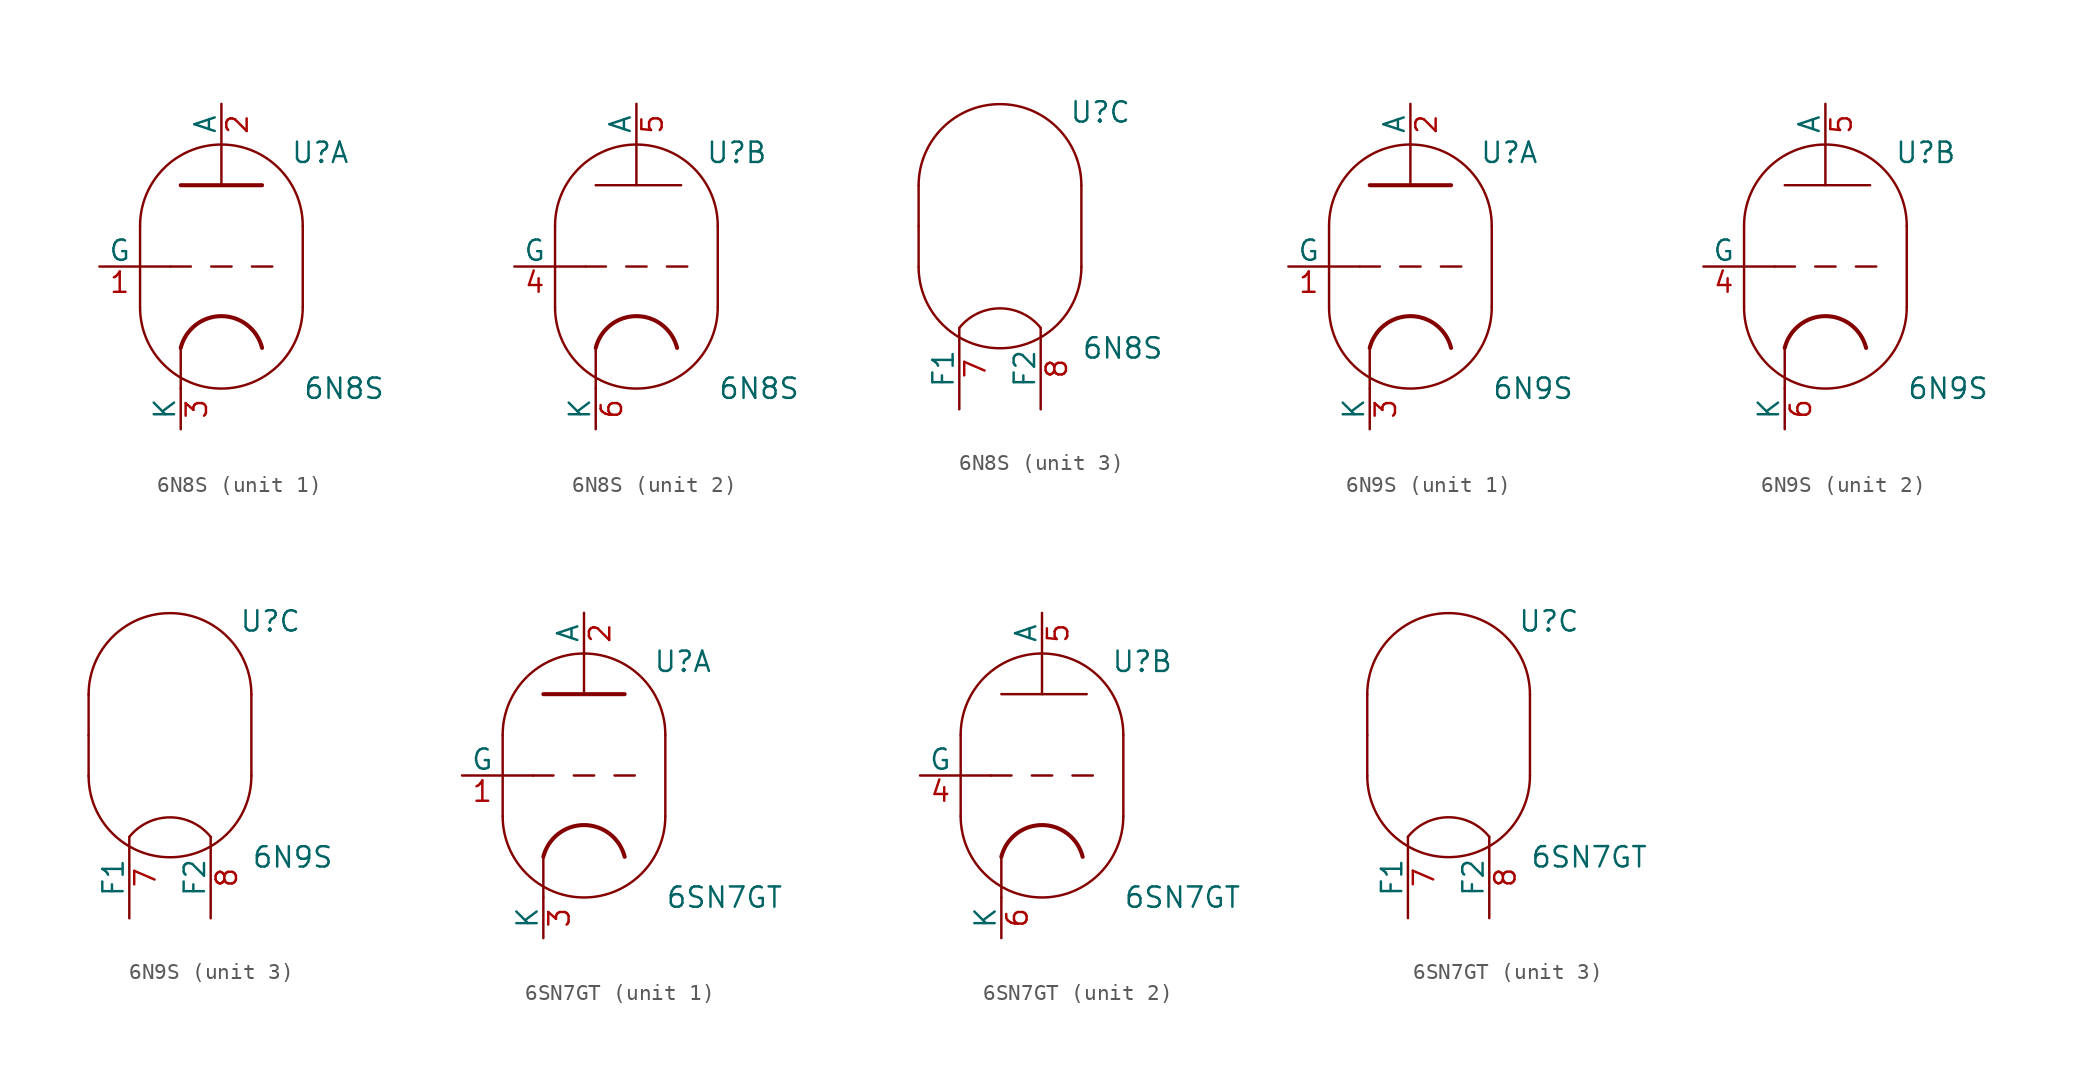
<source format=kicad_sym>
(kicad_symbol_lib
  (version 20241209)
  (generator "kicad_symbol_editor")
  (generator_version "9.0")
  (symbol "6N8S"
    (pin_names
      (offset 0))
    (property "Reference" "U"
      (at 4.318 7.112 0)
      (effects (font (size 1.27 1.27)) (justify left)))
    (property "Value" "6N8S"
      (at 5.08 -7.62 0)
      (effects (font (size 1.27 1.27)) (justify left)))
    (property "ki_locked" ""
      (at 0 0 0)
      (effects (font (size 1.27 1.27))))
    (symbol "6N8S_0_1"
      (polyline (pts (xy -5.08 2.54) (xy -5.08 0)) (stroke (width 0) (type default)) (fill (type none)))
      (polyline (pts (xy -5.08 0) (xy -5.08 -2.54)) (stroke (width 0) (type default)) (fill (type none)))
      (arc (start -5.08 2.54) (mid 0 7.5979) (end 5.08 2.54) (stroke (width 0) (type default)) (fill (type none)))
      (arc (start 5.08 -2.54) (mid 0 -7.5979) (end -5.08 -2.54) (stroke (width 0) (type default)) (fill (type none)))
      (polyline (pts (xy 5.08 2.54) (xy 5.08 -2.54)) (stroke (width 0) (type default)) (fill (type none))))
    (symbol "6N8S_1_0"
      (polyline (pts (xy -2.54 -5.08) (xy -2.54 -7.62)) (stroke (width 0) (type default)) (fill (type none)))
      (polyline (pts (xy 0 5.08) (xy 0 7.62)) (stroke (width 0) (type default)) (fill (type none))))
    (symbol "6N8S_1_1"
      (polyline (pts (xy -5.08 0) (xy -3.175 0)) (stroke (width 0) (type default)) (fill (type none)))
      (polyline (pts (xy -2.54 5.08) (xy 2.54 5.08) (xy 2.54 5.08)) (stroke (width 0.254) (type default)) (fill (type none)))
      (polyline (pts (xy -1.905 0) (xy -3.175 0)) (stroke (width 0.152) (type default)) (fill (type none)))
      (polyline (pts (xy -0.635 0) (xy 0.635 0)) (stroke (width 0.152) (type default)) (fill (type none)))
      (arc (start -2.54 -5.08) (mid 0 -3.0968) (end 2.54 -5.08) (stroke (width 0.254) (type default)) (fill (type none)))
      (polyline (pts (xy 1.905 0) (xy 3.175 0)) (stroke (width 0.152) (type default)) (fill (type none)))
      (pin input line (at -7.62 0 0) (length 2.54) (name "G" (effects (font (size 1.27 1.27)))) (number "1" (effects (font (size 1.27 1.27)))))
      (pin bidirectional line (at -2.54 -10.16 90) (length 2.54) (name "K" (effects (font (size 1.27 1.27)))) (number "3" (effects (font (size 1.27 1.27)))))
      (pin output line (at 0 10.16 270) (length 2.54) (name "A" (effects (font (size 1.27 1.27)))) (number "2" (effects (font (size 1.27 1.27))))))
    (symbol "6N8S_2_0"
      (polyline (pts (xy -5.08 0) (xy -3.175 0)) (stroke (width 0) (type default)) (fill (type none)))
      (polyline (pts (xy -2.54 -5.08) (xy -2.54 -7.62)) (stroke (width 0) (type default)) (fill (type none)))
      (polyline (pts (xy -1.905 0) (xy -3.175 0)) (stroke (width 0.152) (type default)) (fill (type none)))
      (polyline (pts (xy -0.635 0) (xy 0.635 0)) (stroke (width 0.152) (type default)) (fill (type none)))
      (polyline (pts (xy 0 5.08) (xy 0 7.62)) (stroke (width 0) (type default)) (fill (type none)))
      (polyline (pts (xy 1.905 0) (xy 3.175 0)) (stroke (width 0.152) (type default)) (fill (type none)))
      (polyline (pts (xy 2.794 5.08) (xy -2.54 5.08) (xy -2.54 5.08)) (stroke (width 0.152) (type default)) (fill (type none))))
    (symbol "6N8S_2_1"
      (arc (start -2.54 -5.08) (mid 0 -3.0968) (end 2.54 -5.08) (stroke (width 0.254) (type default)) (fill (type none)))
      (pin input line (at -7.62 0 0) (length 2.54) (name "G" (effects (font (size 1.27 1.27)))) (number "4" (effects (font (size 1.27 1.27)))))
      (pin bidirectional line (at -2.54 -10.16 90) (length 2.54) (name "K" (effects (font (size 1.27 1.27)))) (number "6" (effects (font (size 1.27 1.27)))))
      (pin output line (at 0 10.16 270) (length 2.54) (name "A" (effects (font (size 1.27 1.27)))) (number "5" (effects (font (size 1.27 1.27))))))
    (symbol "6N8S_3_1"
      (arc (start -2.54 -6.35) (mid 0 -5.1292) (end 2.54 -6.35) (stroke (width 0) (type default)) (fill (type none)))
      (pin power_in line (at -2.54 -11.43 90) (length 5.08) (name "F1" (effects (font (size 1.27 1.27)))) (number "7" (effects (font (size 1.27 1.27)))))
      (pin power_in line (at 2.54 -11.43 90) (length 5.08) (name "F2" (effects (font (size 1.27 1.27)))) (number "8" (effects (font (size 1.27 1.27)))))))
  (symbol "6N9S"
    (pin_names
      (offset 0))
    (property "Reference" "U"
      (at 4.318 7.112 0)
      (effects (font (size 1.27 1.27)) (justify left)))
    (property "Value" "6N9S"
      (at 5.08 -7.62 0)
      (effects (font (size 1.27 1.27)) (justify left)))
    (property "ki_locked" ""
      (at 0 0 0)
      (effects (font (size 1.27 1.27))))
    (symbol "6N9S_0_1"
      (polyline (pts (xy -5.08 2.54) (xy -5.08 0)) (stroke (width 0) (type default)) (fill (type none)))
      (polyline (pts (xy -5.08 0) (xy -5.08 -2.54)) (stroke (width 0) (type default)) (fill (type none)))
      (arc (start -5.08 2.54) (mid 0 7.5979) (end 5.08 2.54) (stroke (width 0) (type default)) (fill (type none)))
      (arc (start 5.08 -2.54) (mid 0 -7.5979) (end -5.08 -2.54) (stroke (width 0) (type default)) (fill (type none)))
      (polyline (pts (xy 5.08 2.54) (xy 5.08 -2.54)) (stroke (width 0) (type default)) (fill (type none))))
    (symbol "6N9S_1_0"
      (polyline (pts (xy -2.54 -5.08) (xy -2.54 -7.62)) (stroke (width 0) (type default)) (fill (type none)))
      (polyline (pts (xy 0 5.08) (xy 0 7.62)) (stroke (width 0) (type default)) (fill (type none))))
    (symbol "6N9S_1_1"
      (polyline (pts (xy -5.08 0) (xy -3.175 0)) (stroke (width 0) (type default)) (fill (type none)))
      (polyline (pts (xy -2.54 5.08) (xy 2.54 5.08) (xy 2.54 5.08)) (stroke (width 0.254) (type default)) (fill (type none)))
      (polyline (pts (xy -1.905 0) (xy -3.175 0)) (stroke (width 0.152) (type default)) (fill (type none)))
      (polyline (pts (xy -0.635 0) (xy 0.635 0)) (stroke (width 0.152) (type default)) (fill (type none)))
      (arc (start -2.54 -5.08) (mid 0 -3.0968) (end 2.54 -5.08) (stroke (width 0.254) (type default)) (fill (type none)))
      (polyline (pts (xy 1.905 0) (xy 3.175 0)) (stroke (width 0.152) (type default)) (fill (type none)))
      (pin input line (at -7.62 0 0) (length 2.54) (name "G" (effects (font (size 1.27 1.27)))) (number "1" (effects (font (size 1.27 1.27)))))
      (pin bidirectional line (at -2.54 -10.16 90) (length 2.54) (name "K" (effects (font (size 1.27 1.27)))) (number "3" (effects (font (size 1.27 1.27)))))
      (pin output line (at 0 10.16 270) (length 2.54) (name "A" (effects (font (size 1.27 1.27)))) (number "2" (effects (font (size 1.27 1.27))))))
    (symbol "6N9S_2_0"
      (polyline (pts (xy -5.08 0) (xy -3.175 0)) (stroke (width 0) (type default)) (fill (type none)))
      (polyline (pts (xy -2.54 -5.08) (xy -2.54 -7.62)) (stroke (width 0) (type default)) (fill (type none)))
      (polyline (pts (xy -1.905 0) (xy -3.175 0)) (stroke (width 0.152) (type default)) (fill (type none)))
      (polyline (pts (xy -0.635 0) (xy 0.635 0)) (stroke (width 0.152) (type default)) (fill (type none)))
      (polyline (pts (xy 0 5.08) (xy 0 7.62)) (stroke (width 0) (type default)) (fill (type none)))
      (polyline (pts (xy 1.905 0) (xy 3.175 0)) (stroke (width 0.152) (type default)) (fill (type none)))
      (polyline (pts (xy 2.794 5.08) (xy -2.54 5.08) (xy -2.54 5.08)) (stroke (width 0.152) (type default)) (fill (type none))))
    (symbol "6N9S_2_1"
      (arc (start -2.54 -5.08) (mid 0 -3.0968) (end 2.54 -5.08) (stroke (width 0.254) (type default)) (fill (type none)))
      (pin input line (at -7.62 0 0) (length 2.54) (name "G" (effects (font (size 1.27 1.27)))) (number "4" (effects (font (size 1.27 1.27)))))
      (pin bidirectional line (at -2.54 -10.16 90) (length 2.54) (name "K" (effects (font (size 1.27 1.27)))) (number "6" (effects (font (size 1.27 1.27)))))
      (pin output line (at 0 10.16 270) (length 2.54) (name "A" (effects (font (size 1.27 1.27)))) (number "5" (effects (font (size 1.27 1.27))))))
    (symbol "6N9S_3_1"
      (arc (start -2.54 -6.35) (mid 0 -5.1292) (end 2.54 -6.35) (stroke (width 0) (type default)) (fill (type none)))
      (pin power_in line (at -2.54 -11.43 90) (length 5.08) (name "F1" (effects (font (size 1.27 1.27)))) (number "7" (effects (font (size 1.27 1.27)))))
      (pin power_in line (at 2.54 -11.43 90) (length 5.08) (name "F2" (effects (font (size 1.27 1.27)))) (number "8" (effects (font (size 1.27 1.27)))))))
  (symbol "6SN7GT"
    (pin_names
      (offset 0))
    (property "Reference" "U"
      (at 4.318 7.112 0)
      (effects (font (size 1.27 1.27)) (justify left)))
    (property "Value" "6SN7GT"
      (at 5.08 -7.62 0)
      (effects (font (size 1.27 1.27)) (justify left)))
    (property "ki_locked" ""
      (at 0 0 0)
      (effects (font (size 1.27 1.27))))
    (symbol "6SN7GT_0_1"
      (polyline (pts (xy -5.08 2.54) (xy -5.08 0)) (stroke (width 0) (type default)) (fill (type none)))
      (polyline (pts (xy -5.08 0) (xy -5.08 -2.54)) (stroke (width 0) (type default)) (fill (type none)))
      (arc (start -5.08 2.54) (mid 0 7.5979) (end 5.08 2.54) (stroke (width 0) (type default)) (fill (type none)))
      (arc (start 5.08 -2.54) (mid 0 -7.5979) (end -5.08 -2.54) (stroke (width 0) (type default)) (fill (type none)))
      (polyline (pts (xy 5.08 2.54) (xy 5.08 -2.54)) (stroke (width 0) (type default)) (fill (type none))))
    (symbol "6SN7GT_1_0"
      (polyline (pts (xy -2.54 -5.08) (xy -2.54 -7.62)) (stroke (width 0) (type default)) (fill (type none)))
      (polyline (pts (xy 0 5.08) (xy 0 7.62)) (stroke (width 0) (type default)) (fill (type none))))
    (symbol "6SN7GT_1_1"
      (polyline (pts (xy -5.08 0) (xy -3.175 0)) (stroke (width 0) (type default)) (fill (type none)))
      (polyline (pts (xy -2.54 5.08) (xy 2.54 5.08) (xy 2.54 5.08)) (stroke (width 0.254) (type default)) (fill (type none)))
      (polyline (pts (xy -1.905 0) (xy -3.175 0)) (stroke (width 0.152) (type default)) (fill (type none)))
      (polyline (pts (xy -0.635 0) (xy 0.635 0)) (stroke (width 0.152) (type default)) (fill (type none)))
      (arc (start -2.54 -5.08) (mid 0 -3.0968) (end 2.54 -5.08) (stroke (width 0.254) (type default)) (fill (type none)))
      (polyline (pts (xy 1.905 0) (xy 3.175 0)) (stroke (width 0.152) (type default)) (fill (type none)))
      (pin input line (at -7.62 0 0) (length 2.54) (name "G" (effects (font (size 1.27 1.27)))) (number "1" (effects (font (size 1.27 1.27)))))
      (pin bidirectional line (at -2.54 -10.16 90) (length 2.54) (name "K" (effects (font (size 1.27 1.27)))) (number "3" (effects (font (size 1.27 1.27)))))
      (pin output line (at 0 10.16 270) (length 2.54) (name "A" (effects (font (size 1.27 1.27)))) (number "2" (effects (font (size 1.27 1.27))))))
    (symbol "6SN7GT_2_0"
      (polyline (pts (xy -5.08 0) (xy -3.175 0)) (stroke (width 0) (type default)) (fill (type none)))
      (polyline (pts (xy -2.54 -5.08) (xy -2.54 -7.62)) (stroke (width 0) (type default)) (fill (type none)))
      (polyline (pts (xy -1.905 0) (xy -3.175 0)) (stroke (width 0.152) (type default)) (fill (type none)))
      (polyline (pts (xy -0.635 0) (xy 0.635 0)) (stroke (width 0.152) (type default)) (fill (type none)))
      (polyline (pts (xy 0 5.08) (xy 0 7.62)) (stroke (width 0) (type default)) (fill (type none)))
      (polyline (pts (xy 1.905 0) (xy 3.175 0)) (stroke (width 0.152) (type default)) (fill (type none)))
      (polyline (pts (xy 2.794 5.08) (xy -2.54 5.08) (xy -2.54 5.08)) (stroke (width 0.152) (type default)) (fill (type none))))
    (symbol "6SN7GT_2_1"
      (arc (start -2.54 -5.08) (mid 0 -3.0968) (end 2.54 -5.08) (stroke (width 0.254) (type default)) (fill (type none)))
      (pin input line (at -7.62 0 0) (length 2.54) (name "G" (effects (font (size 1.27 1.27)))) (number "4" (effects (font (size 1.27 1.27)))))
      (pin bidirectional line (at -2.54 -10.16 90) (length 2.54) (name "K" (effects (font (size 1.27 1.27)))) (number "6" (effects (font (size 1.27 1.27)))))
      (pin output line (at 0 10.16 270) (length 2.54) (name "A" (effects (font (size 1.27 1.27)))) (number "5" (effects (font (size 1.27 1.27))))))
    (symbol "6SN7GT_3_1"
      (arc (start -2.54 -6.35) (mid 0 -5.1292) (end 2.54 -6.35) (stroke (width 0) (type default)) (fill (type none)))
      (pin power_in line (at -2.54 -11.43 90) (length 5.08) (name "F1" (effects (font (size 1.27 1.27)))) (number "7" (effects (font (size 1.27 1.27)))))
      (pin power_in line (at 2.54 -11.43 90) (length 5.08) (name "F2" (effects (font (size 1.27 1.27)))) (number "8" (effects (font (size 1.27 1.27))))))))
</source>
